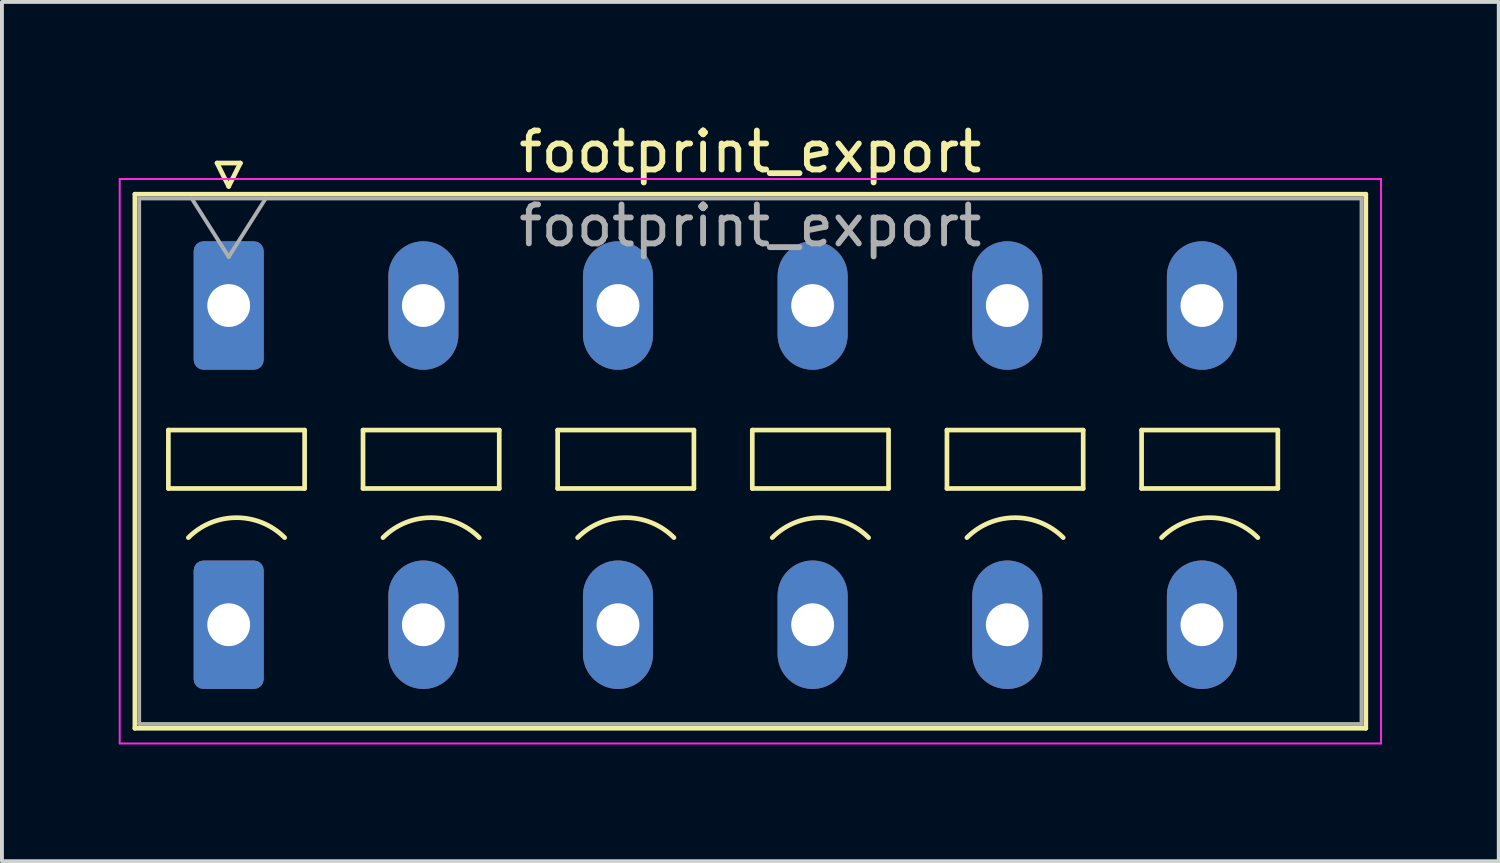
<source format=kicad_pcb>
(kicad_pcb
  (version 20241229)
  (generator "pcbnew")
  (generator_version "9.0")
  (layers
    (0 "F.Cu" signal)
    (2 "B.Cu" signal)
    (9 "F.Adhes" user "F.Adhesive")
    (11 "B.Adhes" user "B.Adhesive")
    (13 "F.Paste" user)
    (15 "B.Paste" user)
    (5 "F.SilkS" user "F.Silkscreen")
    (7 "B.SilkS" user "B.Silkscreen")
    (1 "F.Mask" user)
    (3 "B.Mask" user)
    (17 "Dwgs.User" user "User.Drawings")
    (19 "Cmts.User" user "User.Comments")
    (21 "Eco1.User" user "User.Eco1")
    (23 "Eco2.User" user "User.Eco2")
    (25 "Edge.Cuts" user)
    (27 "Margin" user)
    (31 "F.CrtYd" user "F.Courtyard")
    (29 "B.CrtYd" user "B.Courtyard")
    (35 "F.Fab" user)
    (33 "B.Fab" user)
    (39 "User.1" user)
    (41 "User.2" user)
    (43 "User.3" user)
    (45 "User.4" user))
  (footprint "footprint_export"
    (layer "F.Cu")
    (at 2.825 4.798)
    (property "Reference" "footprint_export" (at 13.4 -3.95 0) (layer "F.SilkS") (effects (font (size 1 1) (thickness 0.15))))
    (attr through_hole)
    (fp_line (start -2.41 -2.86) (end 29.21 -2.86) (stroke (width 0.12) (type solid)) (layer "F.SilkS"))
    (fp_line (start -2.41 10.86) (end -2.41 -2.86) (stroke (width 0.12) (type solid)) (layer "F.SilkS"))
    (fp_line (start -1.55 3.2) (end -1.55 4.7) (stroke (width 0.12) (type solid)) (layer "F.SilkS"))
    (fp_line (start -1.55 4.7) (end 1.95 4.7) (stroke (width 0.12) (type solid)) (layer "F.SilkS"))
    (fp_line (start -0.3 -3.66) (end 0 -3.06) (stroke (width 0.12) (type solid)) (layer "F.SilkS"))
    (fp_line (start -0.3 -3.66) (end 0.3 -3.66) (stroke (width 0.12) (type solid)) (layer "F.SilkS"))
    (fp_line (start 0.3 -3.66) (end 0 -3.06) (stroke (width 0.12) (type solid)) (layer "F.SilkS"))
    (fp_line (start 1.95 3.2) (end -1.55 3.2) (stroke (width 0.12) (type solid)) (layer "F.SilkS"))
    (fp_line (start 1.95 4.7) (end 1.95 3.2) (stroke (width 0.12) (type solid)) (layer "F.SilkS"))
    (fp_line (start 3.45 3.2) (end 3.45 4.7) (stroke (width 0.12) (type solid)) (layer "F.SilkS"))
    (fp_line (start 3.45 4.7) (end 6.95 4.7) (stroke (width 0.12) (type solid)) (layer "F.SilkS"))
    (fp_line (start 6.95 3.2) (end 3.45 3.2) (stroke (width 0.12) (type solid)) (layer "F.SilkS"))
    (fp_line (start 6.95 4.7) (end 6.95 3.2) (stroke (width 0.12) (type solid)) (layer "F.SilkS"))
    (fp_line (start 8.45 3.2) (end 8.45 4.7) (stroke (width 0.12) (type solid)) (layer "F.SilkS"))
    (fp_line (start 8.45 4.7) (end 11.95 4.7) (stroke (width 0.12) (type solid)) (layer "F.SilkS"))
    (fp_line (start 11.95 3.2) (end 8.45 3.2) (stroke (width 0.12) (type solid)) (layer "F.SilkS"))
    (fp_line (start 11.95 4.7) (end 11.95 3.2) (stroke (width 0.12) (type solid)) (layer "F.SilkS"))
    (fp_line (start 13.45 3.2) (end 13.45 4.7) (stroke (width 0.12) (type solid)) (layer "F.SilkS"))
    (fp_line (start 13.45 4.7) (end 16.95 4.7) (stroke (width 0.12) (type solid)) (layer "F.SilkS"))
    (fp_line (start 16.95 3.2) (end 13.45 3.2) (stroke (width 0.12) (type solid)) (layer "F.SilkS"))
    (fp_line (start 16.95 4.7) (end 16.95 3.2) (stroke (width 0.12) (type solid)) (layer "F.SilkS"))
    (fp_line (start 18.45 3.2) (end 18.45 4.7) (stroke (width 0.12) (type solid)) (layer "F.SilkS"))
    (fp_line (start 18.45 4.7) (end 21.95 4.7) (stroke (width 0.12) (type solid)) (layer "F.SilkS"))
    (fp_line (start 21.95 3.2) (end 18.45 3.2) (stroke (width 0.12) (type solid)) (layer "F.SilkS"))
    (fp_line (start 21.95 4.7) (end 21.95 3.2) (stroke (width 0.12) (type solid)) (layer "F.SilkS"))
    (fp_line (start 23.45 3.2) (end 23.45 4.7) (stroke (width 0.12) (type solid)) (layer "F.SilkS"))
    (fp_line (start 23.45 4.7) (end 26.95 4.7) (stroke (width 0.12) (type solid)) (layer "F.SilkS"))
    (fp_line (start 26.95 3.2) (end 23.45 3.2) (stroke (width 0.12) (type solid)) (layer "F.SilkS"))
    (fp_line (start 26.95 4.7) (end 26.95 3.2) (stroke (width 0.12) (type solid)) (layer "F.SilkS"))
    (fp_line (start 29.21 -2.86) (end 29.21 10.86) (stroke (width 0.12) (type solid)) (layer "F.SilkS"))
    (fp_line (start 29.21 10.86) (end -2.41 10.86) (stroke (width 0.12) (type solid)) (layer "F.SilkS"))
    (fp_arc (start -1.037437 5.962563) (mid 0.2 5.45) (end 1.437437 5.962563) (stroke (width 0.12) (type solid)) (layer "F.SilkS"))
    (fp_arc (start 3.962563 5.962563) (mid 5.2 5.45) (end 6.437437 5.962563) (stroke (width 0.12) (type solid)) (layer "F.SilkS"))
    (fp_arc (start 8.962563 5.962563) (mid 10.2 5.45) (end 11.437437 5.962563) (stroke (width 0.12) (type solid)) (layer "F.SilkS"))
    (fp_arc (start 13.962563 5.962563) (mid 15.2 5.45) (end 16.437437 5.962563) (stroke (width 0.12) (type solid)) (layer "F.SilkS"))
    (fp_arc (start 18.962563 5.962563) (mid 20.2 5.45) (end 21.437437 5.962563) (stroke (width 0.12) (type solid)) (layer "F.SilkS"))
    (fp_arc (start 23.962563 5.962563) (mid 25.2 5.45) (end 26.437437 5.962563) (stroke (width 0.12) (type solid)) (layer "F.SilkS"))
    (fp_line (start -2.8 -3.25) (end -2.8 11.25) (stroke (width 0.05) (type solid)) (layer "F.CrtYd"))
    (fp_line (start -2.8 11.25) (end 29.6 11.25) (stroke (width 0.05) (type solid)) (layer "F.CrtYd"))
    (fp_line (start 29.6 -3.25) (end -2.8 -3.25) (stroke (width 0.05) (type solid)) (layer "F.CrtYd"))
    (fp_line (start 29.6 11.25) (end 29.6 -3.25) (stroke (width 0.05) (type solid)) (layer "F.CrtYd"))
    (fp_line (start -2.3 -2.75) (end -2.3 10.75) (stroke (width 0.1) (type solid)) (layer "F.Fab"))
    (fp_line (start -2.3 10.75) (end 29.1 10.75) (stroke (width 0.1) (type solid)) (layer "F.Fab"))
    (fp_line (start -0.95 -2.75) (end 0 -1.25) (stroke (width 0.1) (type solid)) (layer "F.Fab"))
    (fp_line (start 0.95 -2.75) (end 0 -1.25) (stroke (width 0.1) (type solid)) (layer "F.Fab"))
    (fp_line (start 29.1 -2.75) (end -2.3 -2.75) (stroke (width 0.1) (type solid)) (layer "F.Fab"))
    (fp_line (start 29.1 10.75) (end 29.1 -2.75) (stroke (width 0.1) (type solid)) (layer "F.Fab"))
    (fp_text user "${REFERENCE}" (at 13.4 -2.05 0) (layer "F.Fab") (effects (font (size 1 1) (thickness 0.15))))
    (pad "1" thru_hole roundrect (at 0 0) (size 1.8 3.3) (drill 1.1) (layers "*.Cu" "*.Mask") (roundrect_rratio 0.139))
    (pad "1" thru_hole roundrect (at 0 8.2) (size 1.8 3.3) (drill 1.1) (layers "*.Cu" "*.Mask") (roundrect_rratio 0.139))
    (pad "2" thru_hole oval (at 5 0) (size 1.8 3.3) (drill 1.1) (layers "*.Cu" "*.Mask"))
    (pad "2" thru_hole oval (at 5 8.2) (size 1.8 3.3) (drill 1.1) (layers "*.Cu" "*.Mask"))
    (pad "3" thru_hole oval (at 10 0) (size 1.8 3.3) (drill 1.1) (layers "*.Cu" "*.Mask"))
    (pad "3" thru_hole oval (at 10 8.2) (size 1.8 3.3) (drill 1.1) (layers "*.Cu" "*.Mask"))
    (pad "4" thru_hole oval (at 15 0) (size 1.8 3.3) (drill 1.1) (layers "*.Cu" "*.Mask"))
    (pad "4" thru_hole oval (at 15 8.2) (size 1.8 3.3) (drill 1.1) (layers "*.Cu" "*.Mask"))
    (pad "5" thru_hole oval (at 20 0) (size 1.8 3.3) (drill 1.1) (layers "*.Cu" "*.Mask"))
    (pad "5" thru_hole oval (at 20 8.2) (size 1.8 3.3) (drill 1.1) (layers "*.Cu" "*.Mask"))
    (pad "6" thru_hole oval (at 25 0) (size 1.8 3.3) (drill 1.1) (layers "*.Cu" "*.Mask"))
    (pad "6" thru_hole oval (at 25 8.2) (size 1.8 3.3) (drill 1.1) (layers "*.Cu" "*.Mask")))
  (gr_rect
    (start -3 -3)
    (end 35.45 19.073)
    (stroke (width 0.1) (type default))
    (fill no)
    (layer "Edge.Cuts")))
</source>
